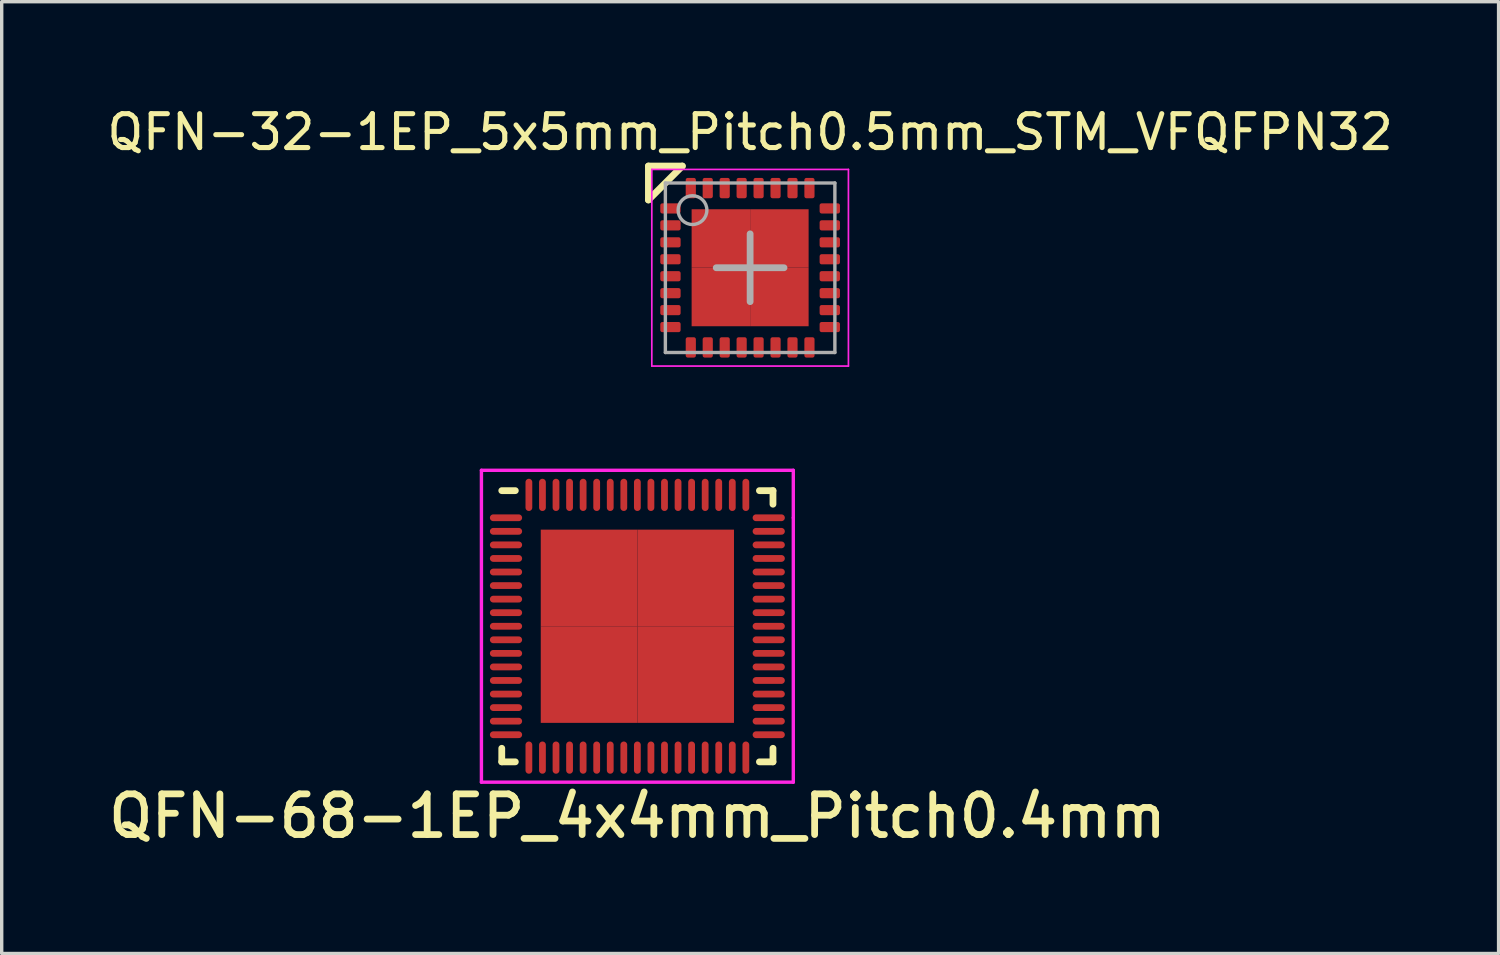
<source format=kicad_pcb>
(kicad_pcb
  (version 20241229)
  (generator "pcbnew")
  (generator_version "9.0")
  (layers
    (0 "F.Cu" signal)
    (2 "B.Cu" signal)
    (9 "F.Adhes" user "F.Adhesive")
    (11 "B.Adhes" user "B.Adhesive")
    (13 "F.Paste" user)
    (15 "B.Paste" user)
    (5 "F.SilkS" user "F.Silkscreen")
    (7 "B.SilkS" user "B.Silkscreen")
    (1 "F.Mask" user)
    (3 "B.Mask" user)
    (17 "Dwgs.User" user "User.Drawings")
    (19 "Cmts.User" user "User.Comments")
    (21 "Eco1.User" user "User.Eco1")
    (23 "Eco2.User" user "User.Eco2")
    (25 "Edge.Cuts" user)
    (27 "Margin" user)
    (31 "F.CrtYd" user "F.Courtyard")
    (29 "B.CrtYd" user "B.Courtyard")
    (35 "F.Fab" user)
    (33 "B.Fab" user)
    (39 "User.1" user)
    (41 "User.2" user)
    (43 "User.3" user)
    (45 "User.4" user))
  (footprint "QFN-32-1EP_5x5mm_Pitch0.5mm_STM_VFQFPN32"
    (layer "F.Cu")
    (at 19.077 4.848)
    (property "Reference" "QFN-32-1EP_5x5mm_Pitch0.5mm_STM_VFQFPN32" (at 0 -4 0) (layer "F.SilkS") (effects (font (size 1 1) (thickness 0.15))))
    (attr smd)
    (fp_line (start -3 -3) (end -3 -2) (stroke (width 0.2) (type solid)) (layer "F.SilkS"))
    (fp_line (start -3 -2) (end -2 -3) (stroke (width 0.2) (type solid)) (layer "F.SilkS"))
    (fp_line (start -2 -3) (end -3 -3) (stroke (width 0.2) (type solid)) (layer "F.SilkS"))
    (fp_line (start -2.9 -2.9) (end -2.9 2.9) (stroke (width 0.05) (type solid)) (layer "F.CrtYd"))
    (fp_line (start -2.9 2.9) (end 2.9 2.9) (stroke (width 0.05) (type solid)) (layer "F.CrtYd"))
    (fp_line (start 2.9 -2.9) (end -2.9 -2.9) (stroke (width 0.05) (type solid)) (layer "F.CrtYd"))
    (fp_line (start 2.9 2.9) (end 2.9 -2.9) (stroke (width 0.05) (type solid)) (layer "F.CrtYd"))
    (fp_line (start -2.5 -2.5) (end -2.5 2.5) (stroke (width 0.1) (type solid)) (layer "F.Fab"))
    (fp_line (start -2.5 2.5) (end 2.5 2.5) (stroke (width 0.1) (type solid)) (layer "F.Fab"))
    (fp_line (start -1 0) (end 1 0) (stroke (width 0.2) (type solid)) (layer "F.Fab"))
    (fp_line (start 0 -1) (end 0 1) (stroke (width 0.2) (type solid)) (layer "F.Fab"))
    (fp_line (start 2.5 -2.5) (end -2.5 -2.5) (stroke (width 0.1) (type solid)) (layer "F.Fab"))
    (fp_line (start 2.5 2.5) (end 2.5 -2.5) (stroke (width 0.1) (type solid)) (layer "F.Fab"))
    (fp_circle (center -1.7 -1.7) (end -1.4 -1.4) (stroke (width 0.1) (type solid)) (fill no) (layer "F.Fab"))
    (pad "1" smd roundrect (at -2.35 -1.75) (size 0.6 0.3) (layers "F.Cu" "F.Mask" "F.Paste") (roundrect_rratio 0.2))
    (pad "2" smd roundrect (at -2.35 -1.25) (size 0.6 0.3) (layers "F.Cu" "F.Mask" "F.Paste") (roundrect_rratio 0.2))
    (pad "3" smd roundrect (at -2.35 -0.75) (size 0.6 0.3) (layers "F.Cu" "F.Mask" "F.Paste") (roundrect_rratio 0.2))
    (pad "4" smd roundrect (at -2.35 -0.25) (size 0.6 0.3) (layers "F.Cu" "F.Mask" "F.Paste") (roundrect_rratio 0.2))
    (pad "5" smd roundrect (at -2.35 0.25) (size 0.6 0.3) (layers "F.Cu" "F.Mask" "F.Paste") (roundrect_rratio 0.2))
    (pad "6" smd roundrect (at -2.35 0.75) (size 0.6 0.3) (layers "F.Cu" "F.Mask" "F.Paste") (roundrect_rratio 0.2))
    (pad "7" smd roundrect (at -2.35 1.25) (size 0.6 0.3) (layers "F.Cu" "F.Mask" "F.Paste") (roundrect_rratio 0.2))
    (pad "8" smd roundrect (at -2.35 1.75) (size 0.6 0.3) (layers "F.Cu" "F.Mask" "F.Paste") (roundrect_rratio 0.2))
    (pad "9" smd roundrect (at -1.75 2.35 90) (size 0.6 0.3) (layers "F.Cu" "F.Mask" "F.Paste") (roundrect_rratio 0.2))
    (pad "10" smd roundrect (at -1.25 2.35 90) (size 0.6 0.3) (layers "F.Cu" "F.Mask" "F.Paste") (roundrect_rratio 0.2))
    (pad "11" smd roundrect (at -0.75 2.35 90) (size 0.6 0.3) (layers "F.Cu" "F.Mask" "F.Paste") (roundrect_rratio 0.2))
    (pad "12" smd roundrect (at -0.25 2.35 90) (size 0.6 0.3) (layers "F.Cu" "F.Mask" "F.Paste") (roundrect_rratio 0.2))
    (pad "13" smd roundrect (at 0.25 2.35 90) (size 0.6 0.3) (layers "F.Cu" "F.Mask" "F.Paste") (roundrect_rratio 0.2))
    (pad "14" smd roundrect (at 0.75 2.35 90) (size 0.6 0.3) (layers "F.Cu" "F.Mask" "F.Paste") (roundrect_rratio 0.2))
    (pad "15" smd roundrect (at 1.25 2.35 90) (size 0.6 0.3) (layers "F.Cu" "F.Mask" "F.Paste") (roundrect_rratio 0.2))
    (pad "16" smd roundrect (at 1.75 2.35 90) (size 0.6 0.3) (layers "F.Cu" "F.Mask" "F.Paste") (roundrect_rratio 0.2))
    (pad "17" smd roundrect (at 2.35 1.75 180) (size 0.6 0.3) (layers "F.Cu" "F.Mask" "F.Paste") (roundrect_rratio 0.2))
    (pad "18" smd roundrect (at 2.35 1.25 180) (size 0.6 0.3) (layers "F.Cu" "F.Mask" "F.Paste") (roundrect_rratio 0.2))
    (pad "19" smd roundrect (at 2.35 0.75 180) (size 0.6 0.3) (layers "F.Cu" "F.Mask" "F.Paste") (roundrect_rratio 0.2))
    (pad "20" smd roundrect (at 2.35 0.25 180) (size 0.6 0.3) (layers "F.Cu" "F.Mask" "F.Paste") (roundrect_rratio 0.2))
    (pad "21" smd roundrect (at 2.35 -0.25 180) (size 0.6 0.3) (layers "F.Cu" "F.Mask" "F.Paste") (roundrect_rratio 0.2))
    (pad "22" smd roundrect (at 2.35 -0.75 180) (size 0.6 0.3) (layers "F.Cu" "F.Mask" "F.Paste") (roundrect_rratio 0.2))
    (pad "23" smd roundrect (at 2.35 -1.25 180) (size 0.6 0.3) (layers "F.Cu" "F.Mask" "F.Paste") (roundrect_rratio 0.2))
    (pad "24" smd roundrect (at 2.35 -1.75 180) (size 0.6 0.3) (layers "F.Cu" "F.Mask" "F.Paste") (roundrect_rratio 0.2))
    (pad "25" smd roundrect (at 1.75 -2.35 270) (size 0.6 0.3) (layers "F.Cu" "F.Mask" "F.Paste") (roundrect_rratio 0.2))
    (pad "26" smd roundrect (at 1.25 -2.35 270) (size 0.6 0.3) (layers "F.Cu" "F.Mask" "F.Paste") (roundrect_rratio 0.2))
    (pad "27" smd roundrect (at 0.75 -2.35 270) (size 0.6 0.3) (layers "F.Cu" "F.Mask" "F.Paste") (roundrect_rratio 0.2))
    (pad "28" smd roundrect (at 0.25 -2.35 270) (size 0.6 0.3) (layers "F.Cu" "F.Mask" "F.Paste") (roundrect_rratio 0.2))
    (pad "29" smd roundrect (at -0.25 -2.35 270) (size 0.6 0.3) (layers "F.Cu" "F.Mask" "F.Paste") (roundrect_rratio 0.2))
    (pad "30" smd roundrect (at -0.75 -2.35 270) (size 0.6 0.3) (layers "F.Cu" "F.Mask" "F.Paste") (roundrect_rratio 0.2))
    (pad "31" smd roundrect (at -1.25 -2.35 270) (size 0.6 0.3) (layers "F.Cu" "F.Mask" "F.Paste") (roundrect_rratio 0.2))
    (pad "32" smd roundrect (at -1.75 -2.35 270) (size 0.6 0.3) (layers "F.Cu" "F.Mask" "F.Paste") (roundrect_rratio 0.2))
    (pad "33" smd rect (at -0.863 -0.863) (size 1.725 1.725) (layers "F.Cu" "F.Mask" "F.Paste"))
    (pad "33" smd rect (at -0.863 0.863) (size 1.725 1.725) (layers "F.Cu" "F.Mask" "F.Paste"))
    (pad "33" smd rect (at 0.863 -0.863) (size 1.725 1.725) (layers "F.Cu" "F.Mask" "F.Paste"))
    (pad "33" smd rect (at 0.863 0.863) (size 1.725 1.725) (layers "F.Cu" "F.Mask" "F.Paste")))
  (footprint "QFN-68-1EP_4x4mm_Pitch0.4mm"
    (layer "F.Cu")
    (at 15.751 15.423)
    (property "Reference" "QFN-68-1EP_4x4mm_Pitch0.4mm" (at 0 5.6 0) (layer "F.SilkS") (effects (font (size 1.2 1.2) (thickness 0.2))))
    (attr smd)
    (fp_line (start -4 -4) (end -3.6 -4) (stroke (width 0.2) (type solid)) (layer "F.SilkS"))
    (fp_line (start -4 4) (end -4 3.6) (stroke (width 0.2) (type solid)) (layer "F.SilkS"))
    (fp_line (start -3.6 4) (end -4 4) (stroke (width 0.2) (type solid)) (layer "F.SilkS"))
    (fp_line (start 3.6 -4) (end 4 -4) (stroke (width 0.2) (type solid)) (layer "F.SilkS"))
    (fp_line (start 3.6 4) (end 4 4) (stroke (width 0.2) (type solid)) (layer "F.SilkS"))
    (fp_line (start 4 -4) (end 4 -3.6) (stroke (width 0.2) (type solid)) (layer "F.SilkS"))
    (fp_line (start 4 4) (end 4 3.6) (stroke (width 0.2) (type solid)) (layer "F.SilkS"))
    (fp_line (start -4.6 -4.6) (end 4.6 -4.6) (stroke (width 0.1) (type solid)) (layer "F.CrtYd"))
    (fp_line (start -4.6 4.6) (end -4.6 -4.6) (stroke (width 0.1) (type solid)) (layer "F.CrtYd"))
    (fp_line (start 4.6 -4.6) (end 4.6 -3.2) (stroke (width 0.1) (type solid)) (layer "F.CrtYd"))
    (fp_line (start 4.6 -3.2) (end 4.6 4.6) (stroke (width 0.1) (type solid)) (layer "F.CrtYd"))
    (fp_line (start 4.6 4.6) (end -4.6 4.6) (stroke (width 0.1) (type solid)) (layer "F.CrtYd"))
    (pad "1" smd oval (at -3.875 -3.2) (size 0.95 0.2) (layers "F.Cu" "F.Mask" "F.Paste"))
    (pad "2" smd oval (at -3.875 -2.8) (size 0.95 0.2) (layers "F.Cu" "F.Mask" "F.Paste"))
    (pad "3" smd oval (at -3.875 -2.4) (size 0.95 0.2) (layers "F.Cu" "F.Mask" "F.Paste"))
    (pad "4" smd oval (at -3.875 -2) (size 0.95 0.2) (layers "F.Cu" "F.Mask" "F.Paste"))
    (pad "5" smd oval (at -3.875 -1.6) (size 0.95 0.2) (layers "F.Cu" "F.Mask" "F.Paste"))
    (pad "6" smd oval (at -3.875 -1.2) (size 0.95 0.2) (layers "F.Cu" "F.Mask" "F.Paste"))
    (pad "7" smd oval (at -3.875 -0.8) (size 0.95 0.2) (layers "F.Cu" "F.Mask" "F.Paste"))
    (pad "8" smd oval (at -3.875 -0.4) (size 0.95 0.2) (layers "F.Cu" "F.Mask" "F.Paste"))
    (pad "9" smd oval (at -3.875 0) (size 0.95 0.2) (layers "F.Cu" "F.Mask" "F.Paste"))
    (pad "10" smd oval (at -3.875 0.4) (size 0.95 0.2) (layers "F.Cu" "F.Mask" "F.Paste"))
    (pad "11" smd oval (at -3.875 0.8) (size 0.95 0.2) (layers "F.Cu" "F.Mask" "F.Paste"))
    (pad "12" smd oval (at -3.875 1.2) (size 0.95 0.2) (layers "F.Cu" "F.Mask" "F.Paste"))
    (pad "13" smd oval (at -3.875 1.6) (size 0.95 0.2) (layers "F.Cu" "F.Mask" "F.Paste"))
    (pad "14" smd oval (at -3.875 2) (size 0.95 0.2) (layers "F.Cu" "F.Mask" "F.Paste"))
    (pad "15" smd oval (at -3.875 2.4) (size 0.95 0.2) (layers "F.Cu" "F.Mask" "F.Paste"))
    (pad "16" smd oval (at -3.875 2.8) (size 0.95 0.2) (layers "F.Cu" "F.Mask" "F.Paste"))
    (pad "17" smd oval (at -3.875 3.2) (size 0.95 0.2) (layers "F.Cu" "F.Mask" "F.Paste"))
    (pad "18" smd oval (at -3.2 3.875) (size 0.2 0.95) (layers "F.Cu" "F.Mask" "F.Paste"))
    (pad "19" smd oval (at -2.8 3.875) (size 0.2 0.95) (layers "F.Cu" "F.Mask" "F.Paste"))
    (pad "20" smd oval (at -2.4 3.875) (size 0.2 0.95) (layers "F.Cu" "F.Mask" "F.Paste"))
    (pad "21" smd oval (at -2 3.875) (size 0.2 0.95) (layers "F.Cu" "F.Mask" "F.Paste"))
    (pad "22" smd oval (at -1.6 3.875) (size 0.2 0.95) (layers "F.Cu" "F.Mask" "F.Paste"))
    (pad "23" smd oval (at -1.2 3.875) (size 0.2 0.95) (layers "F.Cu" "F.Mask" "F.Paste"))
    (pad "24" smd oval (at -0.8 3.875) (size 0.2 0.95) (layers "F.Cu" "F.Mask" "F.Paste"))
    (pad "25" smd oval (at -0.4 3.875) (size 0.2 0.95) (layers "F.Cu" "F.Mask" "F.Paste"))
    (pad "26" smd oval (at 0 3.875) (size 0.2 0.95) (layers "F.Cu" "F.Mask" "F.Paste"))
    (pad "27" smd oval (at 0.4 3.875) (size 0.2 0.95) (layers "F.Cu" "F.Mask" "F.Paste"))
    (pad "28" smd oval (at 0.8 3.875) (size 0.2 0.95) (layers "F.Cu" "F.Mask" "F.Paste"))
    (pad "29" smd oval (at 1.2 3.875) (size 0.2 0.95) (layers "F.Cu" "F.Mask" "F.Paste"))
    (pad "30" smd oval (at 1.6 3.875) (size 0.2 0.95) (layers "F.Cu" "F.Mask" "F.Paste"))
    (pad "31" smd oval (at 2 3.875) (size 0.2 0.95) (layers "F.Cu" "F.Mask" "F.Paste"))
    (pad "32" smd oval (at 2.4 3.875) (size 0.2 0.95) (layers "F.Cu" "F.Mask" "F.Paste"))
    (pad "33" smd oval (at 2.8 3.875) (size 0.2 0.95) (layers "F.Cu" "F.Mask" "F.Paste"))
    (pad "34" smd oval (at 3.2 3.875) (size 0.2 0.95) (layers "F.Cu" "F.Mask" "F.Paste"))
    (pad "35" smd oval (at 3.875 3.2) (size 0.95 0.2) (layers "F.Cu" "F.Mask" "F.Paste"))
    (pad "36" smd oval (at 3.875 2.8) (size 0.95 0.2) (layers "F.Cu" "F.Mask" "F.Paste"))
    (pad "37" smd oval (at 3.875 2.4) (size 0.95 0.2) (layers "F.Cu" "F.Mask" "F.Paste"))
    (pad "38" smd oval (at 3.875 2) (size 0.95 0.2) (layers "F.Cu" "F.Mask" "F.Paste"))
    (pad "39" smd oval (at 3.875 1.6) (size 0.95 0.2) (layers "F.Cu" "F.Mask" "F.Paste"))
    (pad "40" smd oval (at 3.875 1.2) (size 0.95 0.2) (layers "F.Cu" "F.Mask" "F.Paste"))
    (pad "41" smd oval (at 3.875 0.8) (size 0.95 0.2) (layers "F.Cu" "F.Mask" "F.Paste"))
    (pad "42" smd oval (at 3.875 0.4) (size 0.95 0.2) (layers "F.Cu" "F.Mask" "F.Paste"))
    (pad "43" smd oval (at 3.875 0) (size 0.95 0.2) (layers "F.Cu" "F.Mask" "F.Paste"))
    (pad "44" smd oval (at 3.875 -0.4) (size 0.95 0.2) (layers "F.Cu" "F.Mask" "F.Paste"))
    (pad "45" smd oval (at 3.875 -0.8) (size 0.95 0.2) (layers "F.Cu" "F.Mask" "F.Paste"))
    (pad "46" smd oval (at 3.875 -1.2) (size 0.95 0.2) (layers "F.Cu" "F.Mask" "F.Paste"))
    (pad "47" smd oval (at 3.875 -1.6) (size 0.95 0.2) (layers "F.Cu" "F.Mask" "F.Paste"))
    (pad "48" smd oval (at 3.875 -2) (size 0.95 0.2) (layers "F.Cu" "F.Mask" "F.Paste"))
    (pad "49" smd oval (at 3.875 -2.4) (size 0.95 0.2) (layers "F.Cu" "F.Mask" "F.Paste"))
    (pad "50" smd oval (at 3.875 -2.8) (size 0.95 0.2) (layers "F.Cu" "F.Mask" "F.Paste"))
    (pad "51" smd oval (at 3.875 -3.2) (size 0.95 0.2) (layers "F.Cu" "F.Mask" "F.Paste"))
    (pad "52" smd oval (at 3.2 -3.875) (size 0.2 0.95) (layers "F.Cu" "F.Mask" "F.Paste"))
    (pad "53" smd oval (at 2.8 -3.875) (size 0.2 0.95) (layers "F.Cu" "F.Mask" "F.Paste"))
    (pad "54" smd oval (at 2.4 -3.875) (size 0.2 0.95) (layers "F.Cu" "F.Mask" "F.Paste"))
    (pad "55" smd oval (at 2 -3.875) (size 0.2 0.95) (layers "F.Cu" "F.Mask" "F.Paste"))
    (pad "56" smd oval (at 1.6 -3.875) (size 0.2 0.95) (layers "F.Cu" "F.Mask" "F.Paste"))
    (pad "57" smd oval (at 1.2 -3.875) (size 0.2 0.95) (layers "F.Cu" "F.Mask" "F.Paste"))
    (pad "58" smd oval (at 0.8 -3.875) (size 0.2 0.95) (layers "F.Cu" "F.Mask" "F.Paste"))
    (pad "59" smd oval (at 0.4 -3.875) (size 0.2 0.95) (layers "F.Cu" "F.Mask" "F.Paste"))
    (pad "60" smd oval (at 0 -3.875) (size 0.2 0.95) (layers "F.Cu" "F.Mask" "F.Paste"))
    (pad "61" smd oval (at -0.4 -3.875) (size 0.2 0.95) (layers "F.Cu" "F.Mask" "F.Paste"))
    (pad "62" smd oval (at -0.8 -3.875) (size 0.2 0.95) (layers "F.Cu" "F.Mask" "F.Paste"))
    (pad "63" smd oval (at -1.2 -3.875) (size 0.2 0.95) (layers "F.Cu" "F.Mask" "F.Paste"))
    (pad "64" smd oval (at -1.6 -3.875) (size 0.2 0.95) (layers "F.Cu" "F.Mask" "F.Paste"))
    (pad "65" smd oval (at -2 -3.875) (size 0.2 0.95) (layers "F.Cu" "F.Mask" "F.Paste"))
    (pad "66" smd oval (at -2.4 -3.875) (size 0.2 0.95) (layers "F.Cu" "F.Mask" "F.Paste"))
    (pad "67" smd oval (at -2.8 -3.875) (size 0.2 0.95) (layers "F.Cu" "F.Mask" "F.Paste"))
    (pad "68" smd oval (at -3.2 -3.875) (size 0.2 0.95) (layers "F.Cu" "F.Mask" "F.Paste"))
    (pad "EP" smd rect (at -1.425 -1.425) (size 2.85 2.85) (layers "F.Cu" "F.Mask" "F.Paste"))
    (pad "EP" smd rect (at -1.425 1.425) (size 2.85 2.85) (layers "F.Cu" "F.Mask" "F.Paste"))
    (pad "EP" smd rect (at 1.425 -1.425) (size 2.85 2.85) (layers "F.Cu" "F.Mask" "F.Paste"))
    (pad "EP" smd rect (at 1.425 1.425) (size 2.85 2.85) (layers "F.Cu" "F.Mask" "F.Paste")))
  (gr_rect
    (start -3 -3)
    (end 41.155 25.076)
    (stroke (width 0.1) (type default))
    (fill no)
    (layer "Edge.Cuts")))
</source>
